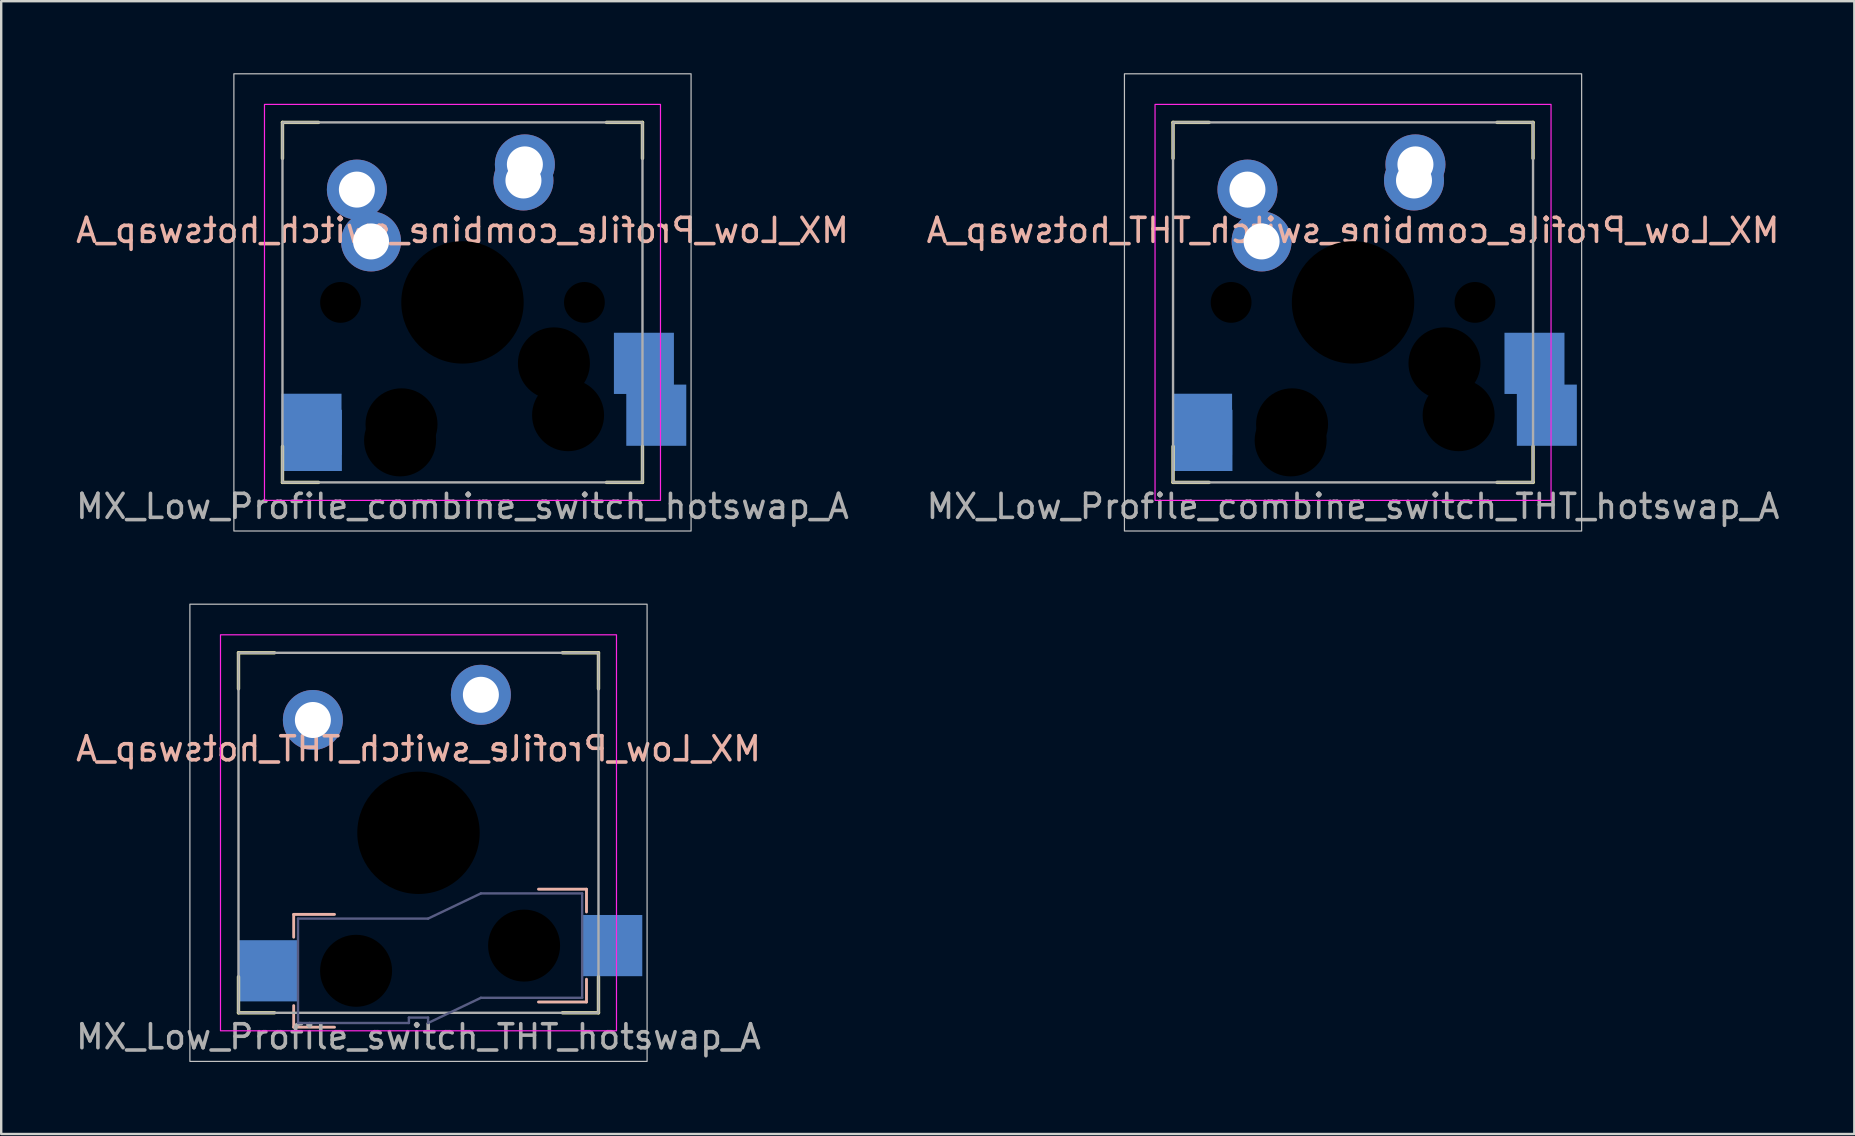
<source format=kicad_pcb>
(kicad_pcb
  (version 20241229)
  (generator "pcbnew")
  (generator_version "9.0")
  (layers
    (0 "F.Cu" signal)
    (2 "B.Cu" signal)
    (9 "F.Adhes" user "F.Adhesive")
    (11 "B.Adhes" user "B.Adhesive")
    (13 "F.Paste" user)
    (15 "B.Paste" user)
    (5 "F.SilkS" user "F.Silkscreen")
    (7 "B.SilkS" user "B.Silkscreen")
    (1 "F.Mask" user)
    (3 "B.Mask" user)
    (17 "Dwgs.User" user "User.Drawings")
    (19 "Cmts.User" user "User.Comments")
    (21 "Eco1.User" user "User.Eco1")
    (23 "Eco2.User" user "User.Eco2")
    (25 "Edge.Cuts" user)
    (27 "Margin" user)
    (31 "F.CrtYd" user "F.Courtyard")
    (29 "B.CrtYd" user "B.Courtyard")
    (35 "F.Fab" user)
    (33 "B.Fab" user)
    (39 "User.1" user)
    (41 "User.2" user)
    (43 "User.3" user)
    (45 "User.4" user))
  (footprint "MX_Low_Profile_switch_THT_hotswap_A"
    (layer "F.Cu")
    (at 14.387 31.65)
    (property "Reference" "MX_Low_Profile_switch_THT_hotswap_A" (at 0 -3.5 0) (unlocked yes) (layer "B.SilkS") (effects (font (size 1 1) (thickness 0.15)) (justify mirror)))
    (fp_line (start -7.5 -7.5) (end -7.5 -6) (stroke (width 0.14) (type solid)) (layer "F.SilkS"))
    (fp_line (start -7.5 -7.5) (end -6 -7.5) (stroke (width 0.14) (type solid)) (layer "F.SilkS"))
    (fp_line (start -7.5 7.5) (end -7.5 6) (stroke (width 0.14) (type solid)) (layer "F.SilkS"))
    (fp_line (start -7.5 7.5) (end -6 7.5) (stroke (width 0.14) (type solid)) (layer "F.SilkS"))
    (fp_line (start 7.5 -7.5) (end 6 -7.5) (stroke (width 0.14) (type solid)) (layer "F.SilkS"))
    (fp_line (start 7.5 -7.5) (end 7.5 -6) (stroke (width 0.14) (type solid)) (layer "F.SilkS"))
    (fp_line (start 7.5 7.5) (end 6 7.5) (stroke (width 0.14) (type solid)) (layer "F.SilkS"))
    (fp_line (start 7.5 7.5) (end 7.5 6) (stroke (width 0.14) (type solid)) (layer "F.SilkS"))
    (fp_line (start -5.2 3.4) (end -5.2 4.35) (stroke (width 0.12) (type solid)) (layer "B.SilkS"))
    (fp_line (start -5.2 3.4) (end -3.5 3.4) (stroke (width 0.12) (type solid)) (layer "B.SilkS"))
    (fp_line (start -5.2 8.1) (end -5.2 7.2) (stroke (width 0.12) (type solid)) (layer "B.SilkS"))
    (fp_line (start -5.2 8.1) (end -3.5 8.1) (stroke (width 0.12) (type solid)) (layer "B.SilkS"))
    (fp_line (start 7 2.35) (end 5 2.35) (stroke (width 0.12) (type solid)) (layer "B.SilkS"))
    (fp_line (start 7 2.35) (end 7 3.3) (stroke (width 0.12) (type solid)) (layer "B.SilkS"))
    (fp_line (start 7 7.05) (end 5 7.05) (stroke (width 0.12) (type solid)) (layer "B.SilkS"))
    (fp_line (start 7 7.05) (end 7 6.1) (stroke (width 0.12) (type solid)) (layer "B.SilkS"))
    (fp_rect (start -9.525 -9.525) (end 9.525 9.525) (stroke (width 0.05) (type solid)) (fill no) (layer "Dwgs.User"))
    (fp_rect (start -8.25 -8.25) (end 8.25 8.25) (stroke (width 0.05) (type solid)) (fill no) (layer "F.CrtYd"))
    (fp_line (start -5.02 3.575) (end -5.02 7.925) (stroke (width 0.1) (type solid)) (layer "B.Fab"))
    (fp_line (start -5.02 3.575) (end 0.4 3.575) (stroke (width 0.1) (type solid)) (layer "B.Fab"))
    (fp_line (start -5.02 7.925) (end -0.4 7.925) (stroke (width 0.1) (type solid)) (layer "B.Fab"))
    (fp_line (start -0.4 7.7) (end 0.4 7.7) (stroke (width 0.1) (type solid)) (layer "B.Fab"))
    (fp_line (start -0.4 7.925) (end -0.4 7.7) (stroke (width 0.1) (type solid)) (layer "B.Fab"))
    (fp_line (start 0.4 7.7) (end 0.4 7.925) (stroke (width 0.1) (type solid)) (layer "B.Fab"))
    (fp_line (start 2.6 2.525) (end 0.4 3.575) (stroke (width 0.1) (type solid)) (layer "B.Fab"))
    (fp_line (start 2.6 6.875) (end 0.4 7.925) (stroke (width 0.1) (type solid)) (layer "B.Fab"))
    (fp_line (start 6.82 2.525) (end 2.6 2.525) (stroke (width 0.1) (type solid)) (layer "B.Fab"))
    (fp_line (start 6.82 2.525) (end 6.82 6.875) (stroke (width 0.1) (type solid)) (layer "B.Fab"))
    (fp_line (start 6.82 6.875) (end 2.6 6.875) (stroke (width 0.1) (type solid)) (layer "B.Fab"))
    (fp_rect (start -7.5 -7.5) (end 7.5 7.5) (stroke (width 0.1) (type solid)) (fill no) (layer "F.Fab"))
    (fp_text user "${REFERENCE}" (at 0 8.5 0) (unlocked yes) (layer "F.Fab") (effects (font (size 1 1) (thickness 0.15))))
    (pad "" np_thru_hole circle (at -2.6 5.75) (size 3 3) (drill 3) (layers "*.Mask"))
    (pad "" np_thru_hole circle (at 0 0) (size 5.1 5.1) (drill 5.1) (layers "*.Mask"))
    (pad "" np_thru_hole circle (at 4.4 4.7) (size 3 3) (drill 3) (layers "*.Mask"))
    (pad "1" smd rect (at -6.275 5.75) (size 2.5 2.55) (layers "B.Cu" "B.Mask" "B.Paste"))
    (pad "1" thru_hole circle (at -4.4 -4.7) (size 2.5 2.5) (drill 1.5) (layers "*.Cu" "*.Mask"))
    (pad "2" thru_hole circle (at 2.6 -5.75) (size 2.5 2.5) (drill 1.5) (layers "*.Cu" "*.Mask"))
    (pad "2" smd rect (at 8.075 4.7) (size 2.5 2.55) (layers "B.Cu" "B.Mask" "B.Paste")))
  (footprint "MX_Low_Profile_combine_switch_hotswap_A"
    (layer "F.Cu")
    (at 16.22 9.55)
    (property "Reference" "MX_Low_Profile_combine_switch_hotswap_A" (at 0 -3 0) (unlocked yes) (layer "B.SilkS") (effects (font (size 1 1) (thickness 0.15)) (justify mirror)))
    (fp_line (start -7.5 -7.5) (end -7.5 -6) (stroke (width 0.14) (type solid)) (layer "F.SilkS"))
    (fp_line (start -7.5 -7.5) (end -6 -7.5) (stroke (width 0.14) (type solid)) (layer "F.SilkS"))
    (fp_line (start -7.5 7.5) (end -7.5 6) (stroke (width 0.14) (type solid)) (layer "F.SilkS"))
    (fp_line (start -7.5 7.5) (end -6 7.5) (stroke (width 0.14) (type solid)) (layer "F.SilkS"))
    (fp_line (start 7.5 -7.5) (end 6 -7.5) (stroke (width 0.14) (type solid)) (layer "F.SilkS"))
    (fp_line (start 7.5 -7.5) (end 7.5 -6) (stroke (width 0.14) (type solid)) (layer "F.SilkS"))
    (fp_line (start 7.5 7.5) (end 6 7.5) (stroke (width 0.14) (type solid)) (layer "F.SilkS"))
    (fp_line (start 7.5 7.5) (end 7.5 6) (stroke (width 0.14) (type solid)) (layer "F.SilkS"))
    (fp_rect (start -9.525 -9.525) (end 9.525 9.525) (stroke (width 0.05) (type solid)) (fill no) (layer "Dwgs.User"))
    (fp_rect (start -8.25 -8.25) (end 8.25 8.25) (stroke (width 0.05) (type solid)) (fill no) (layer "F.CrtYd"))
    (fp_rect (start -7.5 -7.5) (end 7.5 7.5) (stroke (width 0.1) (type solid)) (fill no) (layer "F.Fab"))
    (fp_text user "${REFERENCE}" (at 0 8.5 0) (unlocked yes) (layer "F.Fab") (effects (font (size 1 1) (thickness 0.15))))
    (pad "" np_thru_hole circle (at -5.08 0) (size 1.7 1.7) (drill 1.7) (layers "*.Mask"))
    (pad "" np_thru_hole circle (at -2.6 5.75) (size 3 3) (drill 3) (layers "*.Mask"))
    (pad "" np_thru_hole circle (at -2.54 5.08) (size 3 3) (drill 3) (layers "*.Mask"))
    (pad "" np_thru_hole circle (at 0 0) (size 5.1 5.1) (drill 5.1) (layers "*.Mask"))
    (pad "" np_thru_hole circle (at 3.81 2.54) (size 3 3) (drill 3) (layers "*.Mask"))
    (pad "" np_thru_hole circle (at 4.4 4.7) (size 3 3) (drill 3) (layers "*.Mask"))
    (pad "" np_thru_hole circle (at 5.08 0) (size 1.7 1.7) (drill 1.7) (layers "*.Mask"))
    (pad "1" smd rect (at -6.29 5.08) (size 2.5 2.55) (layers "B.Cu" "B.Mask" "B.Paste"))
    (pad "1" smd rect (at -6.275 5.75) (size 2.5 2.55) (layers "B.Cu" "B.Mask" "B.Paste"))
    (pad "1" thru_hole circle (at -4.4 -4.7) (size 2.5 2.5) (drill 1.5) (layers "*.Cu" "*.Mask"))
    (pad "1" thru_hole circle (at -3.81 -2.54) (size 2.5 2.5) (drill 1.5) (layers "*.Cu" "*.Mask"))
    (pad "2" thru_hole circle (at 2.54 -5.08) (size 2.5 2.5) (drill 1.5) (layers "*.Cu" "*.Mask"))
    (pad "2" thru_hole circle (at 2.6 -5.75) (size 2.5 2.5) (drill 1.5) (layers "*.Cu" "*.Mask"))
    (pad "2" smd rect (at 7.56 2.54) (size 2.5 2.55) (layers "B.Cu" "B.Mask" "B.Paste"))
    (pad "2" smd rect (at 8.075 4.7) (size 2.5 2.55) (layers "B.Cu" "B.Mask" "B.Paste")))
  (footprint "MX_Low_Profile_combine_switch_THT_hotswap_A"
    (layer "F.Cu")
    (at 53.327 9.55)
    (property "Reference" "MX_Low_Profile_combine_switch_THT_hotswap_A" (at 0 -3 0) (unlocked yes) (layer "B.SilkS") (effects (font (size 1 1) (thickness 0.15)) (justify mirror)))
    (fp_line (start -7.5 -7.5) (end -7.5 -6) (stroke (width 0.14) (type solid)) (layer "F.SilkS"))
    (fp_line (start -7.5 -7.5) (end -6 -7.5) (stroke (width 0.14) (type solid)) (layer "F.SilkS"))
    (fp_line (start -7.5 7.5) (end -7.5 6) (stroke (width 0.14) (type solid)) (layer "F.SilkS"))
    (fp_line (start -7.5 7.5) (end -6 7.5) (stroke (width 0.14) (type solid)) (layer "F.SilkS"))
    (fp_line (start 7.5 -7.5) (end 6 -7.5) (stroke (width 0.14) (type solid)) (layer "F.SilkS"))
    (fp_line (start 7.5 -7.5) (end 7.5 -6) (stroke (width 0.14) (type solid)) (layer "F.SilkS"))
    (fp_line (start 7.5 7.5) (end 6 7.5) (stroke (width 0.14) (type solid)) (layer "F.SilkS"))
    (fp_line (start 7.5 7.5) (end 7.5 6) (stroke (width 0.14) (type solid)) (layer "F.SilkS"))
    (fp_rect (start -9.525 -9.525) (end 9.525 9.525) (stroke (width 0.05) (type solid)) (fill no) (layer "Dwgs.User"))
    (fp_rect (start -8.25 -8.25) (end 8.25 8.25) (stroke (width 0.05) (type solid)) (fill no) (layer "F.CrtYd"))
    (fp_rect (start -7.5 -7.5) (end 7.5 7.5) (stroke (width 0.1) (type solid)) (fill no) (layer "F.Fab"))
    (fp_text user "${REFERENCE}" (at 0 8.5 0) (unlocked yes) (layer "F.Fab") (effects (font (size 1 1) (thickness 0.15))))
    (pad "" np_thru_hole circle (at -5.08 0) (size 1.7 1.7) (drill 1.7) (layers "*.Mask"))
    (pad "" np_thru_hole circle (at -2.6 5.75) (size 3 3) (drill 3) (layers "*.Mask"))
    (pad "" np_thru_hole circle (at -2.54 5.08) (size 3 3) (drill 3) (layers "*.Mask"))
    (pad "" np_thru_hole circle (at 0 0) (size 5.1 5.1) (drill 5.1) (layers "*.Mask"))
    (pad "" np_thru_hole circle (at 3.81 2.54) (size 3 3) (drill 3) (layers "*.Mask"))
    (pad "" np_thru_hole circle (at 4.4 4.7) (size 3 3) (drill 3) (layers "*.Mask"))
    (pad "" np_thru_hole circle (at 5.08 0) (size 1.7 1.7) (drill 1.7) (layers "*.Mask"))
    (pad "1" smd rect (at -6.29 5.08) (size 2.5 2.55) (layers "B.Cu" "B.Mask" "B.Paste"))
    (pad "1" smd rect (at -6.275 5.75) (size 2.5 2.55) (layers "B.Cu" "B.Mask" "B.Paste"))
    (pad "1" thru_hole circle (at -4.4 -4.7) (size 2.5 2.5) (drill 1.5) (layers "*.Cu" "*.Mask"))
    (pad "1" thru_hole circle (at -3.81 -2.54) (size 2.5 2.5) (drill 1.5) (layers "*.Cu" "*.Mask"))
    (pad "2" thru_hole circle (at 2.54 -5.08) (size 2.5 2.5) (drill 1.5) (layers "*.Cu" "*.Mask"))
    (pad "2" thru_hole circle (at 2.6 -5.75) (size 2.5 2.5) (drill 1.5) (layers "*.Cu" "*.Mask"))
    (pad "2" smd rect (at 7.56 2.54) (size 2.5 2.55) (layers "B.Cu" "B.Mask" "B.Paste"))
    (pad "2" smd rect (at 8.075 4.7) (size 2.5 2.55) (layers "B.Cu" "B.Mask" "B.Paste")))
  (gr_rect
    (start -3 -3)
    (end 74.214 44.2)
    (stroke (width 0.1) (type default))
    (fill no)
    (layer "Edge.Cuts")))
</source>
